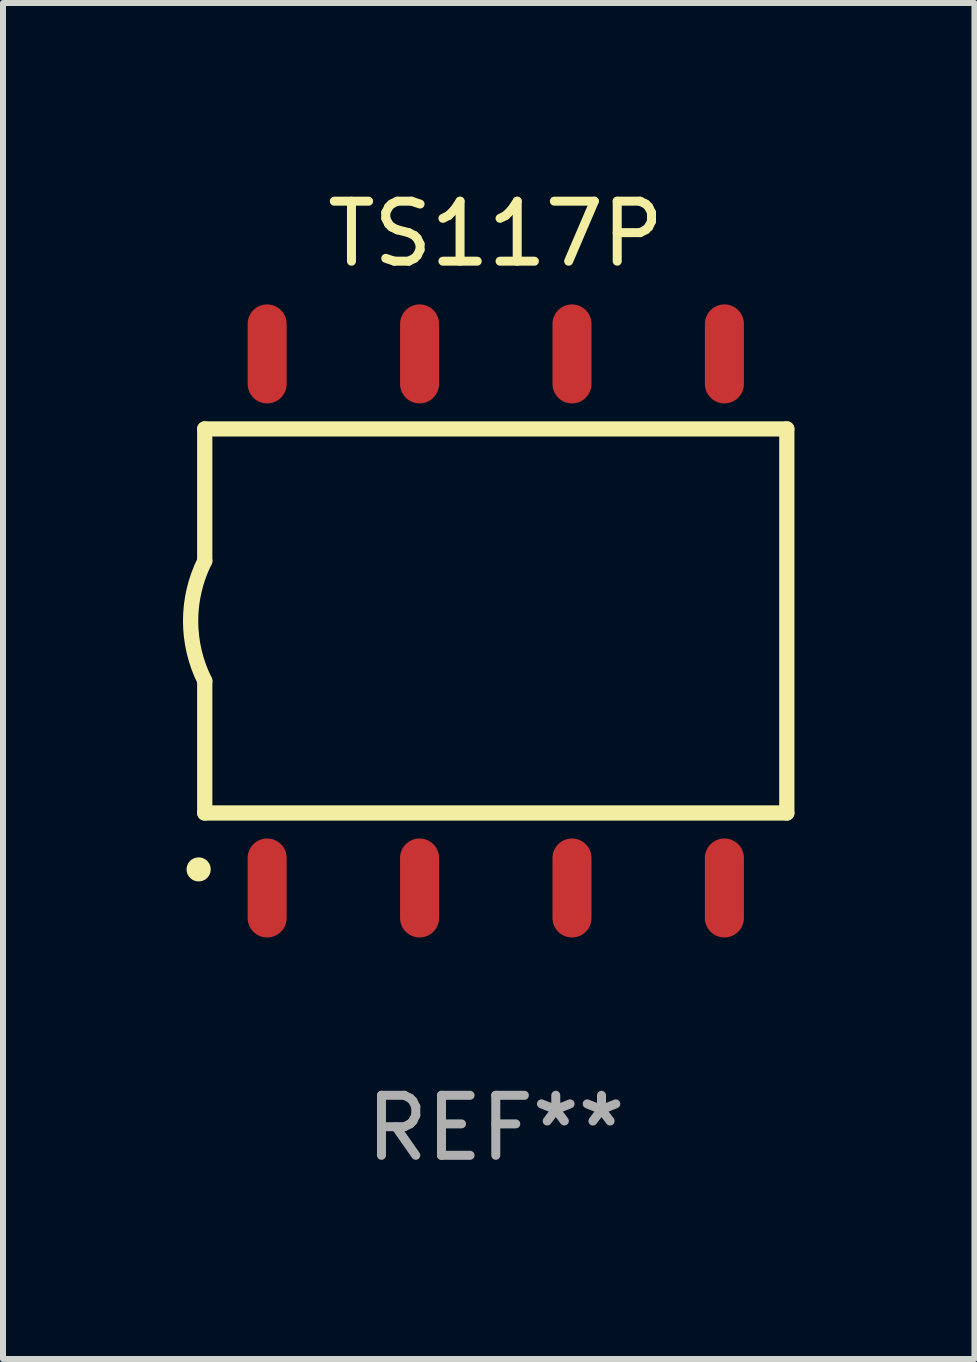
<source format=kicad_pcb>
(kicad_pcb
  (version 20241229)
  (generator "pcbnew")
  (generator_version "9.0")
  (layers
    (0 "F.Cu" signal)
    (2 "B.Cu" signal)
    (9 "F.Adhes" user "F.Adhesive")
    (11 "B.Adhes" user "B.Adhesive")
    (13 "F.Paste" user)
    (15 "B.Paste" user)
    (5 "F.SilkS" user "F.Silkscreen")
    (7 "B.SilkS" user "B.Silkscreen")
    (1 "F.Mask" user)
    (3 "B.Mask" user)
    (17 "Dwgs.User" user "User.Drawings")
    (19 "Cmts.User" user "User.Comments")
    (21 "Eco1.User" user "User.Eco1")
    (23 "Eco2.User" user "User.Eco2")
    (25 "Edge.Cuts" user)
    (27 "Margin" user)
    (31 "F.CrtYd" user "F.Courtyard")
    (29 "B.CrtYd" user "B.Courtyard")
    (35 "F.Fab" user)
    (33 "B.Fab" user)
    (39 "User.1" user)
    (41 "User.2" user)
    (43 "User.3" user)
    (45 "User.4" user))
  (footprint "TS117P"
    (layer "F.Cu")
    (at 5.212 7.298)
    (property "Reference" "TS117P" (at 0 -6.45 0) (layer "F.SilkS") (effects (font (size 1 1) (thickness 0.15))))
    (attr through_hole)
    (fp_line (start -4.85 -3.2) (end -4.85 -1) (stroke (width 0.254) (type solid)) (layer "F.SilkS"))
    (fp_line (start -4.85 -3.2) (end 4.85 -3.2) (stroke (width 0.254) (type solid)) (layer "F.SilkS"))
    (fp_line (start -4.85 3.2) (end -4.85 1) (stroke (width 0.254) (type solid)) (layer "F.SilkS"))
    (fp_line (start 4.85 -3.2) (end 4.85 3.2) (stroke (width 0.254) (type solid)) (layer "F.SilkS"))
    (fp_line (start 4.85 3.2) (end -4.85 3.2) (stroke (width 0.254) (type solid)) (layer "F.SilkS"))
    (fp_arc (start -4.95301 4.140208) (mid -4.95174 4.140204) (end -4.95047 4.140208) (stroke (width 0.4) (type solid)) (layer "F.SilkS"))
    (fp_arc (start -4.84887 1.000762) (mid -5.085418 0.000516) (end -4.850013 -1) (stroke (width 0.254001) (type solid)) (layer "F.SilkS"))
    (fp_text user "REF**" (at 0 8.45 0) (layer "F.Fab") (effects (font (size 1 1) (thickness 0.15))))
    (pad "1" smd oval (at -3.81 4.45) (size 0.65 1.65) (layers "F.Cu" "F.Mask" "F.Paste"))
    (pad "2" smd oval (at -1.27 4.45) (size 0.65 1.65) (layers "F.Cu" "F.Mask" "F.Paste"))
    (pad "3" smd oval (at 1.27 4.45) (size 0.65 1.65) (layers "F.Cu" "F.Mask" "F.Paste"))
    (pad "4" smd oval (at 3.81 4.45) (size 0.65 1.65) (layers "F.Cu" "F.Mask" "F.Paste"))
    (pad "5" smd oval (at 3.81 -4.45 180) (size 0.65 1.65) (layers "F.Cu" "F.Mask" "F.Paste"))
    (pad "6" smd oval (at 1.27 -4.45 180) (size 0.65 1.65) (layers "F.Cu" "F.Mask" "F.Paste"))
    (pad "7" smd oval (at -1.27 -4.45 180) (size 0.65 1.65) (layers "F.Cu" "F.Mask" "F.Paste"))
    (pad "8" smd oval (at -3.81 -4.45 180) (size 0.65 1.65) (layers "F.Cu" "F.Mask" "F.Paste")))
  (gr_rect
    (start -3 -3)
    (end 13.189 19.597)
    (stroke (width 0.1) (type default))
    (fill no)
    (layer "Edge.Cuts")))
</source>
